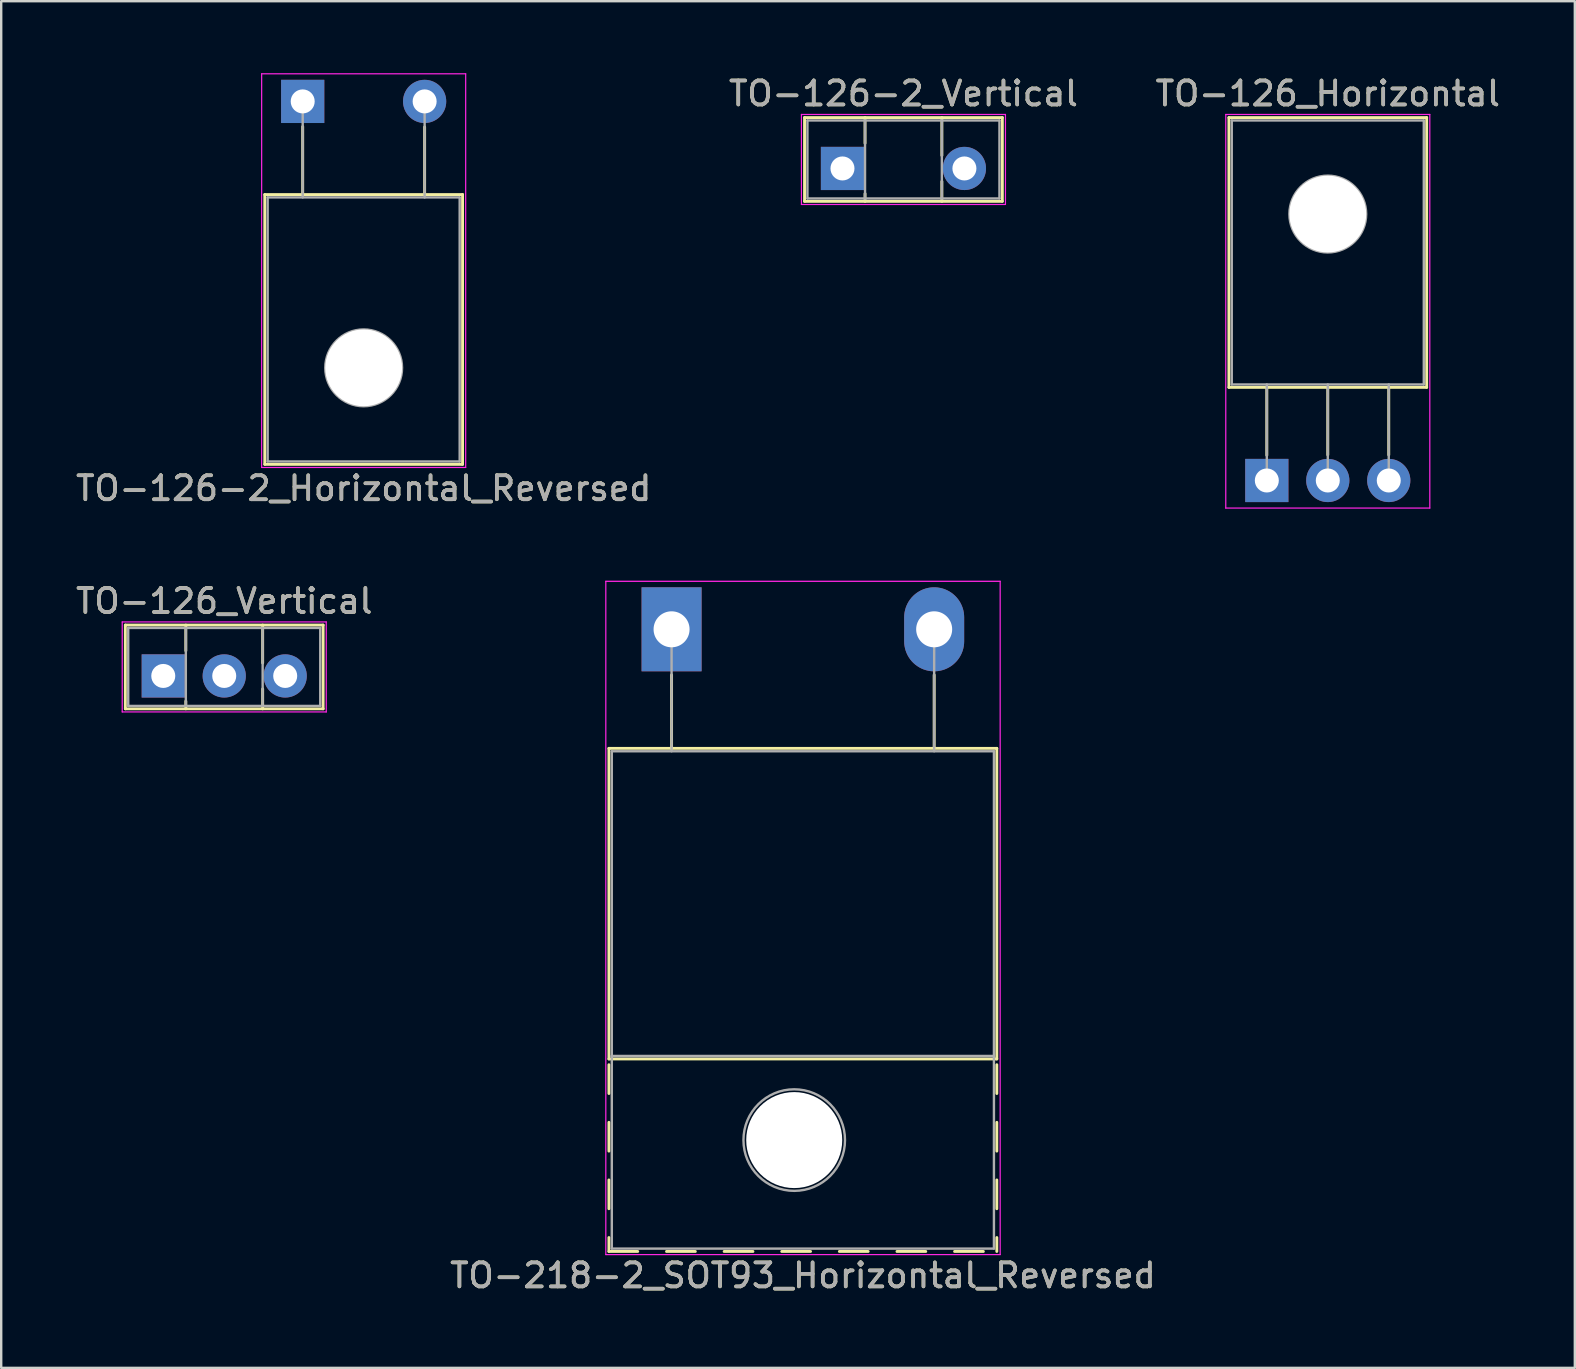
<source format=kicad_pcb>
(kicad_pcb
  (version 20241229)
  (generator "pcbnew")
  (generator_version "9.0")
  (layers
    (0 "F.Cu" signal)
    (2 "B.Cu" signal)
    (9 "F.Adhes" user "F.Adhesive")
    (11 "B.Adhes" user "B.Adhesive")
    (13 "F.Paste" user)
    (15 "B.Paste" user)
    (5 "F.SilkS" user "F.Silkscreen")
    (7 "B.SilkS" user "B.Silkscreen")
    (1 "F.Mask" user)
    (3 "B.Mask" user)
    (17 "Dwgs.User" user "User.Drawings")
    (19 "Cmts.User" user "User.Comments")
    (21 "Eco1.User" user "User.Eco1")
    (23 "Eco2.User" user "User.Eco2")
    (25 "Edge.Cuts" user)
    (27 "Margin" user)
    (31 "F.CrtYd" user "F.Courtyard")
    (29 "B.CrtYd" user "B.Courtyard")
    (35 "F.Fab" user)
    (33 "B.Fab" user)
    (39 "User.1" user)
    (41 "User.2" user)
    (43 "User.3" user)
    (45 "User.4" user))
  (footprint "TO-126-2_Horizontal_Reversed"
    (layer "F.Cu")
    (at 9.561 1.175)
    (property "Reference" "TO-126-2_Horizontal_Reversed" (at 2.54 16.12 0) (layer "F.SilkS") (effects (font (size 1 1) (thickness 0.15))))
    (attr through_hole)
    (fp_line (start -1.58 3.88) (end -1.58 15.12) (stroke (width 0.12) (type solid)) (layer "F.SilkS"))
    (fp_line (start -1.58 3.88) (end 6.66 3.88) (stroke (width 0.12) (type solid)) (layer "F.SilkS"))
    (fp_line (start -1.58 15.12) (end 6.66 15.12) (stroke (width 0.12) (type solid)) (layer "F.SilkS"))
    (fp_line (start 0 1.05) (end 0 3.88) (stroke (width 0.12) (type solid)) (layer "F.SilkS"))
    (fp_line (start 5.08 1.066) (end 5.08 3.88) (stroke (width 0.12) (type solid)) (layer "F.SilkS"))
    (fp_line (start 6.66 3.88) (end 6.66 15.12) (stroke (width 0.12) (type solid)) (layer "F.SilkS"))
    (fp_line (start -1.71 -1.15) (end -1.71 15.25) (stroke (width 0.05) (type solid)) (layer "F.CrtYd"))
    (fp_line (start -1.71 15.25) (end 6.79 15.25) (stroke (width 0.05) (type solid)) (layer "F.CrtYd"))
    (fp_line (start 6.79 -1.15) (end -1.71 -1.15) (stroke (width 0.05) (type solid)) (layer "F.CrtYd"))
    (fp_line (start 6.79 15.25) (end 6.79 -1.15) (stroke (width 0.05) (type solid)) (layer "F.CrtYd"))
    (fp_line (start -1.46 4) (end -1.46 15) (stroke (width 0.1) (type solid)) (layer "F.Fab"))
    (fp_line (start -1.46 15) (end 6.54 15) (stroke (width 0.1) (type solid)) (layer "F.Fab"))
    (fp_line (start 0 4) (end 0 0) (stroke (width 0.1) (type solid)) (layer "F.Fab"))
    (fp_line (start 5.08 4) (end 5.08 0) (stroke (width 0.1) (type solid)) (layer "F.Fab"))
    (fp_line (start 6.54 4) (end -1.46 4) (stroke (width 0.1) (type solid)) (layer "F.Fab"))
    (fp_line (start 6.54 15) (end 6.54 4) (stroke (width 0.1) (type solid)) (layer "F.Fab"))
    (fp_circle (center 2.54 11.1) (end 4.14 11.1) (stroke (width 0.1) (type solid)) (fill no) (layer "F.Fab"))
    (fp_text user "${REFERENCE}" (at 2.54 16.12 0) (layer "F.Fab") (effects (font (size 1 1) (thickness 0.15))))
    (pad "" np_thru_hole oval (at 2.54 11.1) (size 3.2 3.2) (drill 3.2) (layers "*.Cu" "*.Mask"))
    (pad "1" thru_hole rect (at 0 0) (size 1.8 1.8) (drill 1) (layers "*.Cu" "*.Mask"))
    (pad "2" thru_hole oval (at 5.08 0) (size 1.8 1.8) (drill 1) (layers "*.Cu" "*.Mask")))
  (footprint "TO-126_Vertical"
    (layer "F.Cu")
    (at 3.752 25.111)
    (property "Reference" "TO-126_Vertical" (at 2.54 -3.12 0) (layer "F.SilkS") (effects (font (size 1 1) (thickness 0.15))))
    (attr through_hole)
    (fp_line (start -1.58 -2.12) (end -1.58 1.37) (stroke (width 0.12) (type solid)) (layer "F.SilkS"))
    (fp_line (start -1.58 -2.12) (end 6.66 -2.12) (stroke (width 0.12) (type solid)) (layer "F.SilkS"))
    (fp_line (start -1.58 1.37) (end 6.66 1.37) (stroke (width 0.12) (type solid)) (layer "F.SilkS"))
    (fp_line (start 0.94 -2.12) (end 0.94 -1.05) (stroke (width 0.12) (type solid)) (layer "F.SilkS"))
    (fp_line (start 0.94 1.05) (end 0.94 1.37) (stroke (width 0.12) (type solid)) (layer "F.SilkS"))
    (fp_line (start 4.141 -2.12) (end 4.141 -0.54) (stroke (width 0.12) (type solid)) (layer "F.SilkS"))
    (fp_line (start 4.141 0.54) (end 4.141 1.37) (stroke (width 0.12) (type solid)) (layer "F.SilkS"))
    (fp_line (start 6.66 -2.12) (end 6.66 1.37) (stroke (width 0.12) (type solid)) (layer "F.SilkS"))
    (fp_line (start -1.71 -2.25) (end -1.71 1.5) (stroke (width 0.05) (type solid)) (layer "F.CrtYd"))
    (fp_line (start -1.71 1.5) (end 6.79 1.5) (stroke (width 0.05) (type solid)) (layer "F.CrtYd"))
    (fp_line (start 6.79 -2.25) (end -1.71 -2.25) (stroke (width 0.05) (type solid)) (layer "F.CrtYd"))
    (fp_line (start 6.79 1.5) (end 6.79 -2.25) (stroke (width 0.05) (type solid)) (layer "F.CrtYd"))
    (fp_line (start -1.46 -2) (end -1.46 1.25) (stroke (width 0.1) (type solid)) (layer "F.Fab"))
    (fp_line (start -1.46 1.25) (end 6.54 1.25) (stroke (width 0.1) (type solid)) (layer "F.Fab"))
    (fp_line (start 0.94 -2) (end 0.94 1.25) (stroke (width 0.1) (type solid)) (layer "F.Fab"))
    (fp_line (start 4.14 -2) (end 4.14 1.25) (stroke (width 0.1) (type solid)) (layer "F.Fab"))
    (fp_line (start 6.54 -2) (end -1.46 -2) (stroke (width 0.1) (type solid)) (layer "F.Fab"))
    (fp_line (start 6.54 1.25) (end 6.54 -2) (stroke (width 0.1) (type solid)) (layer "F.Fab"))
    (fp_text user "${REFERENCE}" (at 2.54 -3.12 0) (layer "F.Fab") (effects (font (size 1 1) (thickness 0.15))))
    (pad "1" thru_hole rect (at 0 0) (size 1.8 1.8) (drill 1) (layers "*.Cu" "*.Mask"))
    (pad "2" thru_hole oval (at 2.54 0) (size 1.8 1.8) (drill 1) (layers "*.Cu" "*.Mask"))
    (pad "3" thru_hole oval (at 5.08 0) (size 1.8 1.8) (drill 1) (layers "*.Cu" "*.Mask")))
  (footprint "TO-126-2_Vertical"
    (layer "F.Cu")
    (at 32.049 3.968)
    (property "Reference" "TO-126-2_Vertical" (at 2.54 -3.12 0) (layer "F.SilkS") (effects (font (size 1 1) (thickness 0.15))))
    (attr through_hole)
    (fp_line (start -1.58 -2.12) (end -1.58 1.37) (stroke (width 0.12) (type solid)) (layer "F.SilkS"))
    (fp_line (start -1.58 -2.12) (end 6.66 -2.12) (stroke (width 0.12) (type solid)) (layer "F.SilkS"))
    (fp_line (start -1.58 1.37) (end 6.66 1.37) (stroke (width 0.12) (type solid)) (layer "F.SilkS"))
    (fp_line (start 0.94 -2.12) (end 0.94 -1.05) (stroke (width 0.12) (type solid)) (layer "F.SilkS"))
    (fp_line (start 0.94 1.05) (end 0.94 1.37) (stroke (width 0.12) (type solid)) (layer "F.SilkS"))
    (fp_line (start 4.141 -2.12) (end 4.141 -0.54) (stroke (width 0.12) (type solid)) (layer "F.SilkS"))
    (fp_line (start 4.141 0.54) (end 4.141 1.37) (stroke (width 0.12) (type solid)) (layer "F.SilkS"))
    (fp_line (start 6.66 -2.12) (end 6.66 1.37) (stroke (width 0.12) (type solid)) (layer "F.SilkS"))
    (fp_line (start -1.71 -2.25) (end -1.71 1.5) (stroke (width 0.05) (type solid)) (layer "F.CrtYd"))
    (fp_line (start -1.71 1.5) (end 6.79 1.5) (stroke (width 0.05) (type solid)) (layer "F.CrtYd"))
    (fp_line (start 6.79 -2.25) (end -1.71 -2.25) (stroke (width 0.05) (type solid)) (layer "F.CrtYd"))
    (fp_line (start 6.79 1.5) (end 6.79 -2.25) (stroke (width 0.05) (type solid)) (layer "F.CrtYd"))
    (fp_line (start -1.46 -2) (end -1.46 1.25) (stroke (width 0.1) (type solid)) (layer "F.Fab"))
    (fp_line (start -1.46 1.25) (end 6.54 1.25) (stroke (width 0.1) (type solid)) (layer "F.Fab"))
    (fp_line (start 0.94 -2) (end 0.94 1.25) (stroke (width 0.1) (type solid)) (layer "F.Fab"))
    (fp_line (start 4.14 -2) (end 4.14 1.25) (stroke (width 0.1) (type solid)) (layer "F.Fab"))
    (fp_line (start 6.54 -2) (end -1.46 -2) (stroke (width 0.1) (type solid)) (layer "F.Fab"))
    (fp_line (start 6.54 1.25) (end 6.54 -2) (stroke (width 0.1) (type solid)) (layer "F.Fab"))
    (fp_text user "${REFERENCE}" (at 2.54 -3.12 0) (layer "F.Fab") (effects (font (size 1 1) (thickness 0.15))))
    (pad "1" thru_hole rect (at 0 0) (size 1.8 1.8) (drill 1) (layers "*.Cu" "*.Mask"))
    (pad "2" thru_hole oval (at 5.08 0) (size 1.8 1.8) (drill 1) (layers "*.Cu" "*.Mask")))
  (footprint "TO-126_Horizontal"
    (layer "F.Cu")
    (at 49.728 16.968)
    (property "Reference" "TO-126_Horizontal" (at 2.54 -16.12 0) (layer "F.SilkS") (effects (font (size 1 1) (thickness 0.15))))
    (attr through_hole)
    (fp_line (start -1.58 -15.12) (end -1.58 -3.88) (stroke (width 0.12) (type solid)) (layer "F.SilkS"))
    (fp_line (start -1.58 -15.12) (end 6.66 -15.12) (stroke (width 0.12) (type solid)) (layer "F.SilkS"))
    (fp_line (start -1.58 -3.88) (end 6.66 -3.88) (stroke (width 0.12) (type solid)) (layer "F.SilkS"))
    (fp_line (start 0 -3.88) (end 0 -1.05) (stroke (width 0.12) (type solid)) (layer "F.SilkS"))
    (fp_line (start 2.54 -3.88) (end 2.54 -1.066) (stroke (width 0.12) (type solid)) (layer "F.SilkS"))
    (fp_line (start 5.08 -3.88) (end 5.08 -1.066) (stroke (width 0.12) (type solid)) (layer "F.SilkS"))
    (fp_line (start 6.66 -15.12) (end 6.66 -3.88) (stroke (width 0.12) (type solid)) (layer "F.SilkS"))
    (fp_line (start -1.71 -15.25) (end -1.71 1.15) (stroke (width 0.05) (type solid)) (layer "F.CrtYd"))
    (fp_line (start -1.71 1.15) (end 6.79 1.15) (stroke (width 0.05) (type solid)) (layer "F.CrtYd"))
    (fp_line (start 6.79 -15.25) (end -1.71 -15.25) (stroke (width 0.05) (type solid)) (layer "F.CrtYd"))
    (fp_line (start 6.79 1.15) (end 6.79 -15.25) (stroke (width 0.05) (type solid)) (layer "F.CrtYd"))
    (fp_line (start -1.46 -15) (end 6.54 -15) (stroke (width 0.1) (type solid)) (layer "F.Fab"))
    (fp_line (start -1.46 -4) (end -1.46 -15) (stroke (width 0.1) (type solid)) (layer "F.Fab"))
    (fp_line (start 0 -4) (end 0 0) (stroke (width 0.1) (type solid)) (layer "F.Fab"))
    (fp_line (start 2.54 -4) (end 2.54 0) (stroke (width 0.1) (type solid)) (layer "F.Fab"))
    (fp_line (start 5.08 -4) (end 5.08 0) (stroke (width 0.1) (type solid)) (layer "F.Fab"))
    (fp_line (start 6.54 -15) (end 6.54 -4) (stroke (width 0.1) (type solid)) (layer "F.Fab"))
    (fp_line (start 6.54 -4) (end -1.46 -4) (stroke (width 0.1) (type solid)) (layer "F.Fab"))
    (fp_circle (center 2.54 -11.1) (end 4.14 -11.1) (stroke (width 0.1) (type solid)) (fill no) (layer "F.Fab"))
    (fp_text user "${REFERENCE}" (at 2.54 -16.12 0) (layer "F.Fab") (effects (font (size 1 1) (thickness 0.15))))
    (pad "" np_thru_hole oval (at 2.54 -11.1) (size 3.2 3.2) (drill 3.2) (layers "*.Cu" "*.Mask"))
    (pad "1" thru_hole rect (at 0 0) (size 1.8 1.8) (drill 1) (layers "*.Cu" "*.Mask"))
    (pad "2" thru_hole oval (at 2.54 0) (size 1.8 1.8) (drill 1) (layers "*.Cu" "*.Mask"))
    (pad "3" thru_hole oval (at 5.08 0) (size 1.8 1.8) (drill 1) (layers "*.Cu" "*.Mask")))
  (footprint "TO-218-2_SOT93_Horizontal_Reversed"
    (layer "F.Cu")
    (at 24.929 23.168)
    (property "Reference" "TO-218-2_SOT93_Horizontal_Reversed" (at 5.47 26.92 0) (layer "F.SilkS") (effects (font (size 1 1) (thickness 0.15))))
    (attr through_hole)
    (fp_line (start -2.611 4.96) (end -2.611 17.9) (stroke (width 0.12) (type solid)) (layer "F.SilkS"))
    (fp_line (start -2.611 4.96) (end 13.55 4.96) (stroke (width 0.12) (type solid)) (layer "F.SilkS"))
    (fp_line (start -2.611 17.9) (end 13.55 17.9) (stroke (width 0.12) (type solid)) (layer "F.SilkS"))
    (fp_line (start -2.611 18.14) (end -2.611 19.34) (stroke (width 0.12) (type solid)) (layer "F.SilkS"))
    (fp_line (start -2.611 20.54) (end -2.611 21.74) (stroke (width 0.12) (type solid)) (layer "F.SilkS"))
    (fp_line (start -2.611 22.94) (end -2.611 24.14) (stroke (width 0.12) (type solid)) (layer "F.SilkS"))
    (fp_line (start -2.611 25.34) (end -2.611 25.92) (stroke (width 0.12) (type solid)) (layer "F.SilkS"))
    (fp_line (start -2.611 25.92) (end -1.411 25.92) (stroke (width 0.12) (type solid)) (layer "F.SilkS"))
    (fp_line (start -0.211 25.92) (end 0.99 25.92) (stroke (width 0.12) (type solid)) (layer "F.SilkS"))
    (fp_line (start 0 1.9) (end 0 4.96) (stroke (width 0.12) (type solid)) (layer "F.SilkS"))
    (fp_line (start 2.19 25.92) (end 3.39 25.92) (stroke (width 0.12) (type solid)) (layer "F.SilkS"))
    (fp_line (start 4.59 25.92) (end 5.79 25.92) (stroke (width 0.12) (type solid)) (layer "F.SilkS"))
    (fp_line (start 6.99 25.92) (end 8.19 25.92) (stroke (width 0.12) (type solid)) (layer "F.SilkS"))
    (fp_line (start 9.39 25.92) (end 10.59 25.92) (stroke (width 0.12) (type solid)) (layer "F.SilkS"))
    (fp_line (start 10.94 1.9) (end 10.94 4.96) (stroke (width 0.12) (type solid)) (layer "F.SilkS"))
    (fp_line (start 11.79 25.92) (end 12.99 25.92) (stroke (width 0.12) (type solid)) (layer "F.SilkS"))
    (fp_line (start 13.55 4.96) (end 13.55 17.9) (stroke (width 0.12) (type solid)) (layer "F.SilkS"))
    (fp_line (start 13.55 18.14) (end 13.55 19.34) (stroke (width 0.12) (type solid)) (layer "F.SilkS"))
    (fp_line (start 13.55 20.54) (end 13.55 21.74) (stroke (width 0.12) (type solid)) (layer "F.SilkS"))
    (fp_line (start 13.55 22.94) (end 13.55 24.14) (stroke (width 0.12) (type solid)) (layer "F.SilkS"))
    (fp_line (start 13.55 25.34) (end 13.55 25.92) (stroke (width 0.12) (type solid)) (layer "F.SilkS"))
    (fp_line (start -2.74 -2) (end -2.74 26.05) (stroke (width 0.05) (type solid)) (layer "F.CrtYd"))
    (fp_line (start -2.74 26.05) (end 13.69 26.05) (stroke (width 0.05) (type solid)) (layer "F.CrtYd"))
    (fp_line (start 13.69 -2) (end -2.74 -2) (stroke (width 0.05) (type solid)) (layer "F.CrtYd"))
    (fp_line (start 13.69 26.05) (end 13.69 -2) (stroke (width 0.05) (type solid)) (layer "F.CrtYd"))
    (fp_line (start -2.49 5.08) (end -2.49 17.78) (stroke (width 0.1) (type solid)) (layer "F.Fab"))
    (fp_line (start -2.49 17.78) (end -2.49 25.8) (stroke (width 0.1) (type solid)) (layer "F.Fab"))
    (fp_line (start -2.49 17.78) (end 13.43 17.78) (stroke (width 0.1) (type solid)) (layer "F.Fab"))
    (fp_line (start -2.49 25.8) (end 13.43 25.8) (stroke (width 0.1) (type solid)) (layer "F.Fab"))
    (fp_line (start 0 5.08) (end 0 0) (stroke (width 0.1) (type solid)) (layer "F.Fab"))
    (fp_line (start 10.94 5.08) (end 10.94 0) (stroke (width 0.1) (type solid)) (layer "F.Fab"))
    (fp_line (start 13.43 5.08) (end -2.49 5.08) (stroke (width 0.1) (type solid)) (layer "F.Fab"))
    (fp_line (start 13.43 17.78) (end -2.49 17.78) (stroke (width 0.1) (type solid)) (layer "F.Fab"))
    (fp_line (start 13.43 17.78) (end 13.43 5.08) (stroke (width 0.1) (type solid)) (layer "F.Fab"))
    (fp_line (start 13.43 25.8) (end 13.43 17.78) (stroke (width 0.1) (type solid)) (layer "F.Fab"))
    (fp_circle (center 5.11 21.28) (end 7.225 21.28) (stroke (width 0.1) (type solid)) (fill no) (layer "F.Fab"))
    (fp_text user "${REFERENCE}" (at 5.47 26.92 0) (layer "F.Fab") (effects (font (size 1 1) (thickness 0.15))))
    (pad "" np_thru_hole oval (at 5.11 21.28) (size 4 4) (drill 4) (layers "*.Cu" "*.Mask"))
    (pad "1" thru_hole rect (at 0 0) (size 2.5 3.5) (drill 1.5) (layers "*.Cu" "*.Mask"))
    (pad "2" thru_hole oval (at 10.94 0) (size 2.5 3.5) (drill 1.5) (layers "*.Cu" "*.Mask")))
  (gr_rect
    (start -3 -3)
    (end 62.56 53.937)
    (stroke (width 0.1) (type default))
    (fill no)
    (layer "Edge.Cuts")))
</source>
